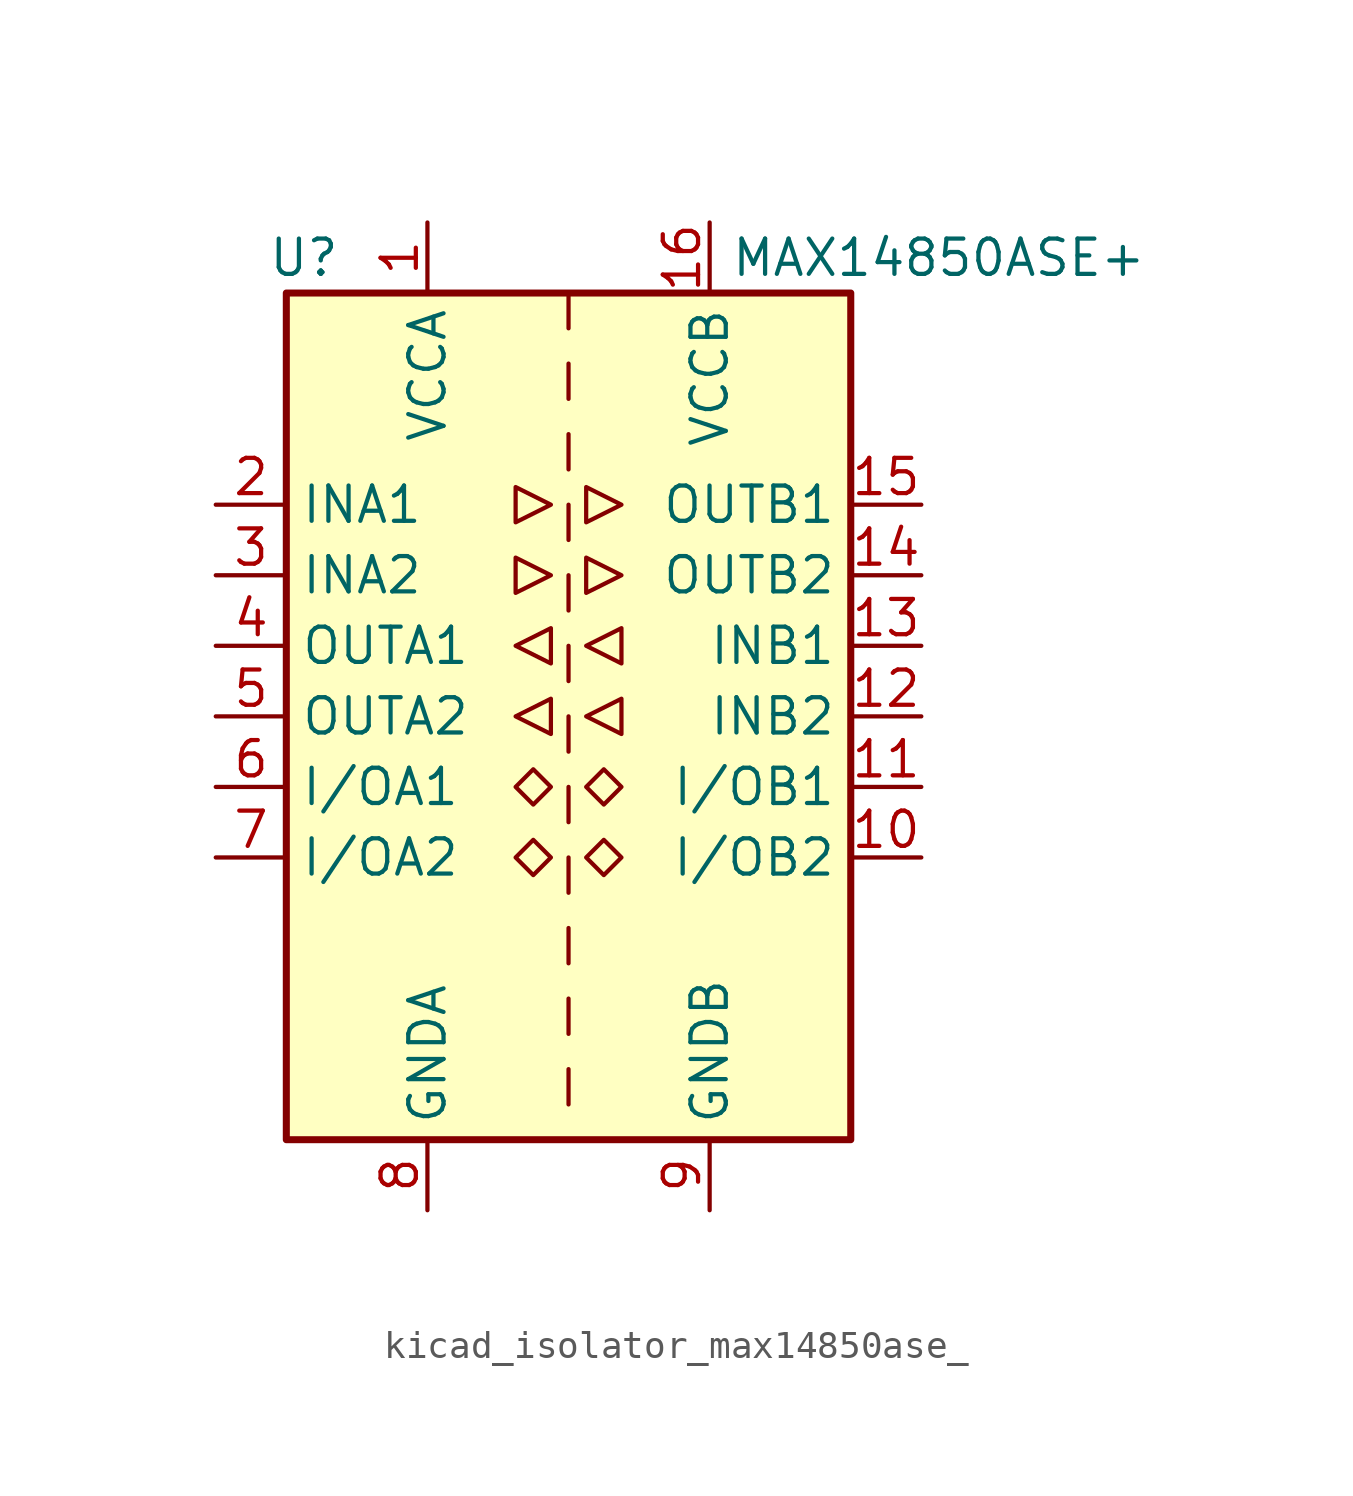
<source format=kicad_sym>
(kicad_symbol_lib
  (version 20220914)
  (generator kicad_symbol_editor)
  (symbol "kicad_isolator_max14850ase_"
    (property "Reference" "U"
      (at -9.525 16.51 0)
      (effects (font (size 1.27 1.27))))
    (property "Value" "MAX14850ASE+"
      (at 13.335 16.51 0)
      (effects (font (size 1.27 1.27))))
    (symbol "kicad_isolator_max14850ase__0_1"
      (rectangle (start -10.16 15.24) (end 10.16 -15.24) (stroke (width 0.254) (type default)) (fill (type background)))
      (polyline (pts (xy 0 -12.7) (xy 0 -13.97)) (stroke (width 0) (type default)) (fill (type none)))
      (polyline (pts (xy 0 -10.16) (xy 0 -11.43)) (stroke (width 0) (type default)) (fill (type none)))
      (polyline (pts (xy 0 -7.62) (xy 0 -8.89)) (stroke (width 0) (type default)) (fill (type none)))
      (polyline (pts (xy 0 -5.08) (xy 0 -6.35)) (stroke (width 0) (type default)) (fill (type none)))
      (polyline (pts (xy 0 -2.54) (xy 0 -3.81)) (stroke (width 0) (type default)) (fill (type none)))
      (polyline (pts (xy 0 0) (xy 0 -1.27)) (stroke (width 0) (type default)) (fill (type none)))
      (polyline (pts (xy 0 2.54) (xy 0 1.27)) (stroke (width 0) (type default)) (fill (type none)))
      (polyline (pts (xy 0 5.08) (xy 0 3.81)) (stroke (width 0) (type default)) (fill (type none)))
      (polyline (pts (xy 0 7.62) (xy 0 6.35)) (stroke (width 0) (type default)) (fill (type none)))
      (polyline (pts (xy 0 10.16) (xy 0 8.89)) (stroke (width 0) (type default)) (fill (type none)))
      (polyline (pts (xy 0 12.7) (xy 0 11.43)) (stroke (width 0) (type default)) (fill (type none)))
      (polyline (pts (xy 0 15.24) (xy 0 13.97)) (stroke (width 0) (type default)) (fill (type none)))
      (polyline (pts (xy -1.905 5.715) (xy -1.905 4.445) (xy -0.635 5.08) (xy -1.905 5.715)) (stroke (width 0) (type default)) (fill (type none)))
      (polyline (pts (xy -1.905 8.255) (xy -1.905 6.985) (xy -0.635 7.62) (xy -1.905 8.255)) (stroke (width 0) (type default)) (fill (type none)))
      (polyline (pts (xy -0.635 -0.635) (xy -0.635 0.635) (xy -1.905 0) (xy -0.635 -0.635)) (stroke (width 0) (type default)) (fill (type none)))
      (polyline (pts (xy -0.635 1.905) (xy -0.635 3.175) (xy -1.905 2.54) (xy -0.635 1.905)) (stroke (width 0) (type default)) (fill (type none)))
      (polyline (pts (xy 0.635 5.715) (xy 0.635 4.445) (xy 1.905 5.08) (xy 0.635 5.715)) (stroke (width 0) (type default)) (fill (type none)))
      (polyline (pts (xy 0.635 8.255) (xy 0.635 6.985) (xy 1.905 7.62) (xy 0.635 8.255)) (stroke (width 0) (type default)) (fill (type none)))
      (polyline (pts (xy 1.905 -0.635) (xy 1.905 0.635) (xy 0.635 0) (xy 1.905 -0.635)) (stroke (width 0) (type default)) (fill (type none)))
      (polyline (pts (xy 1.905 1.905) (xy 1.905 3.175) (xy 0.635 2.54) (xy 1.905 1.905)) (stroke (width 0) (type default)) (fill (type none)))
      (polyline (pts (xy -1.27 -4.445) (xy -1.905 -5.08) (xy -1.27 -5.715) (xy -0.635 -5.08) (xy -1.27 -4.445)) (stroke (width 0) (type default)) (fill (type none)))
      (polyline (pts (xy -1.27 -1.905) (xy -1.905 -2.54) (xy -1.27 -3.175) (xy -0.635 -2.54) (xy -1.27 -1.905)) (stroke (width 0) (type default)) (fill (type none)))
      (polyline (pts (xy 1.27 -4.445) (xy 0.635 -5.08) (xy 1.27 -5.715) (xy 1.905 -5.08) (xy 1.27 -4.445)) (stroke (width 0) (type default)) (fill (type none)))
      (polyline (pts (xy 1.27 -1.905) (xy 0.635 -2.54) (xy 1.27 -3.175) (xy 1.905 -2.54) (xy 1.27 -1.905)) (stroke (width 0) (type default)) (fill (type none))))
    (symbol "kicad_isolator_max14850ase__1_1"
      (pin power_in line (at -5.08 17.78 270) (length 2.54) (name "VCCA" (effects (font (size 1.27 1.27)))) (number "1" (effects (font (size 1.27 1.27)))))
      (pin bidirectional line (at 12.7 -5.08 180) (length 2.54) (name "I/OB2" (effects (font (size 1.27 1.27)))) (number "10" (effects (font (size 1.27 1.27)))))
      (pin bidirectional line (at 12.7 -2.54 180) (length 2.54) (name "I/OB1" (effects (font (size 1.27 1.27)))) (number "11" (effects (font (size 1.27 1.27)))))
      (pin input line (at 12.7 0 180) (length 2.54) (name "INB2" (effects (font (size 1.27 1.27)))) (number "12" (effects (font (size 1.27 1.27)))))
      (pin input line (at 12.7 2.54 180) (length 2.54) (name "INB1" (effects (font (size 1.27 1.27)))) (number "13" (effects (font (size 1.27 1.27)))))
      (pin output line (at 12.7 5.08 180) (length 2.54) (name "OUTB2" (effects (font (size 1.27 1.27)))) (number "14" (effects (font (size 1.27 1.27)))))
      (pin output line (at 12.7 7.62 180) (length 2.54) (name "OUTB1" (effects (font (size 1.27 1.27)))) (number "15" (effects (font (size 1.27 1.27)))))
      (pin power_in line (at 5.08 17.78 270) (length 2.54) (name "VCCB" (effects (font (size 1.27 1.27)))) (number "16" (effects (font (size 1.27 1.27)))))
      (pin input line (at -12.7 7.62 0) (length 2.54) (name "INA1" (effects (font (size 1.27 1.27)))) (number "2" (effects (font (size 1.27 1.27)))))
      (pin input line (at -12.7 5.08 0) (length 2.54) (name "INA2" (effects (font (size 1.27 1.27)))) (number "3" (effects (font (size 1.27 1.27)))))
      (pin output line (at -12.7 2.54 0) (length 2.54) (name "OUTA1" (effects (font (size 1.27 1.27)))) (number "4" (effects (font (size 1.27 1.27)))))
      (pin output line (at -12.7 0 0) (length 2.54) (name "OUTA2" (effects (font (size 1.27 1.27)))) (number "5" (effects (font (size 1.27 1.27)))))
      (pin bidirectional line (at -12.7 -2.54 0) (length 2.54) (name "I/OA1" (effects (font (size 1.27 1.27)))) (number "6" (effects (font (size 1.27 1.27)))))
      (pin bidirectional line (at -12.7 -5.08 0) (length 2.54) (name "I/OA2" (effects (font (size 1.27 1.27)))) (number "7" (effects (font (size 1.27 1.27)))))
      (pin power_in line (at -5.08 -17.78 90) (length 2.54) (name "GNDA" (effects (font (size 1.27 1.27)))) (number "8" (effects (font (size 1.27 1.27)))))
      (pin power_in line (at 5.08 -17.78 90) (length 2.54) (name "GNDB" (effects (font (size 1.27 1.27)))) (number "9" (effects (font (size 1.27 1.27))))))))
</source>
